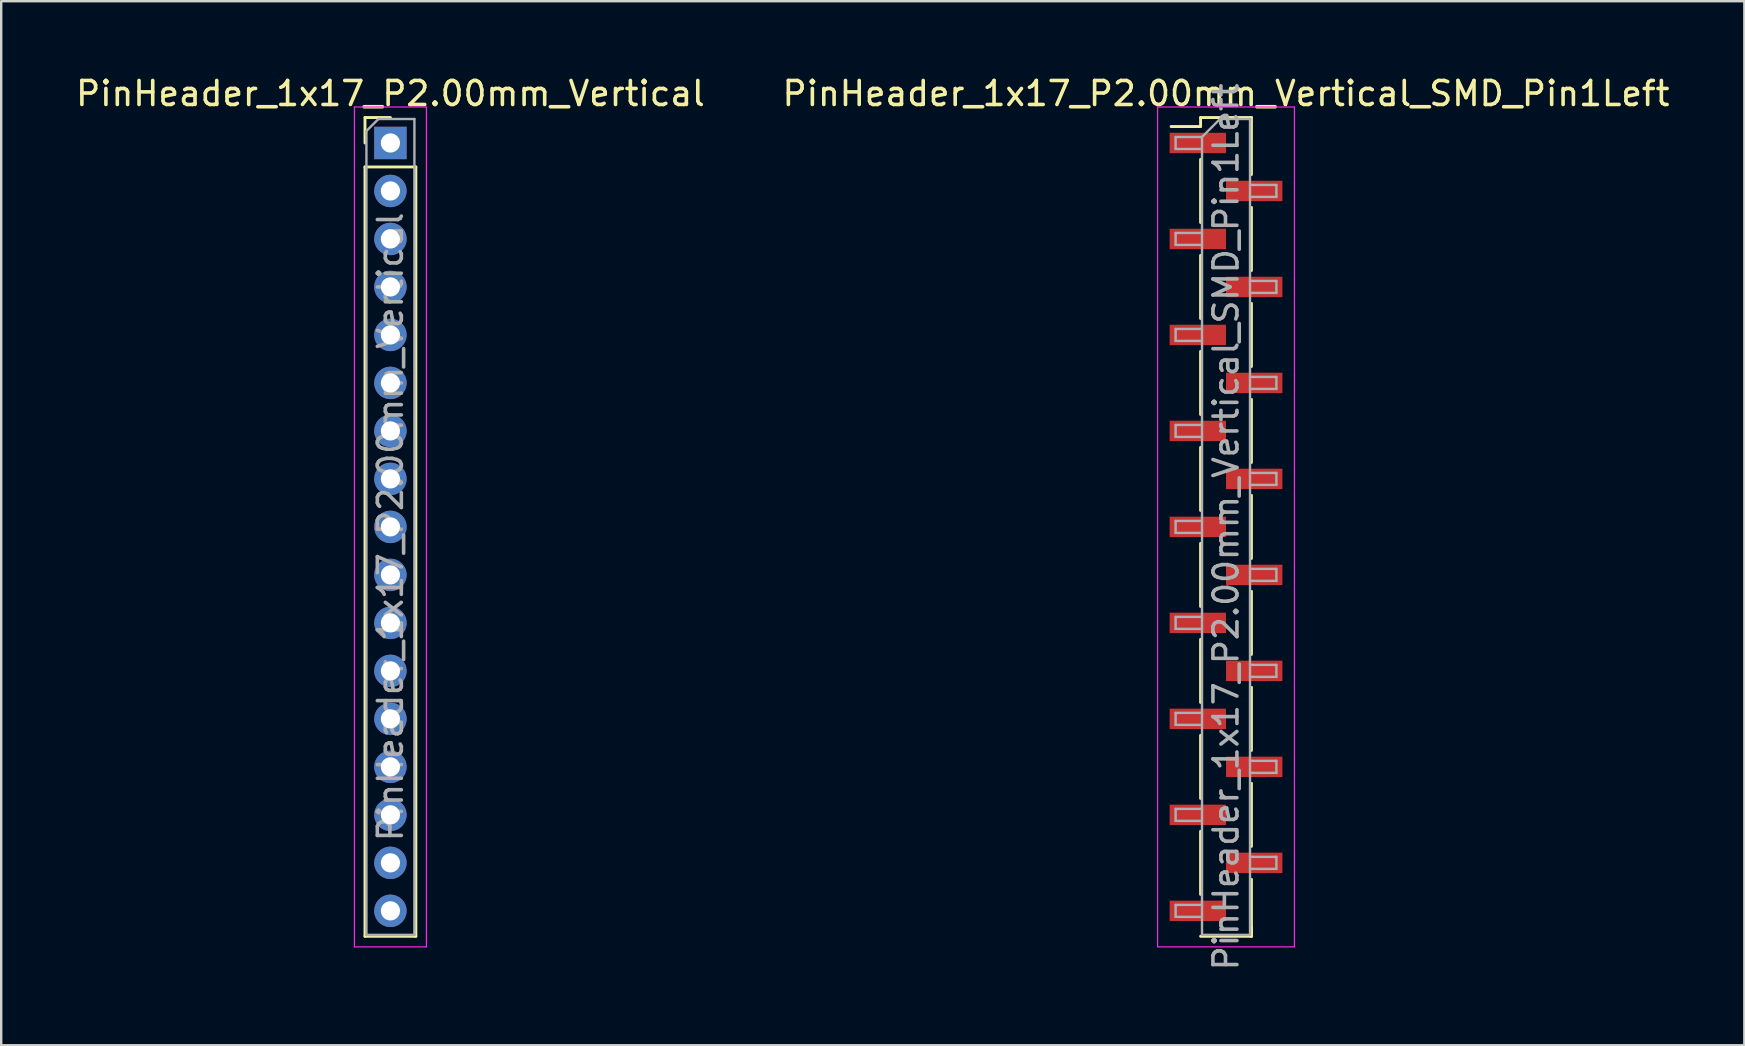
<source format=kicad_pcb>
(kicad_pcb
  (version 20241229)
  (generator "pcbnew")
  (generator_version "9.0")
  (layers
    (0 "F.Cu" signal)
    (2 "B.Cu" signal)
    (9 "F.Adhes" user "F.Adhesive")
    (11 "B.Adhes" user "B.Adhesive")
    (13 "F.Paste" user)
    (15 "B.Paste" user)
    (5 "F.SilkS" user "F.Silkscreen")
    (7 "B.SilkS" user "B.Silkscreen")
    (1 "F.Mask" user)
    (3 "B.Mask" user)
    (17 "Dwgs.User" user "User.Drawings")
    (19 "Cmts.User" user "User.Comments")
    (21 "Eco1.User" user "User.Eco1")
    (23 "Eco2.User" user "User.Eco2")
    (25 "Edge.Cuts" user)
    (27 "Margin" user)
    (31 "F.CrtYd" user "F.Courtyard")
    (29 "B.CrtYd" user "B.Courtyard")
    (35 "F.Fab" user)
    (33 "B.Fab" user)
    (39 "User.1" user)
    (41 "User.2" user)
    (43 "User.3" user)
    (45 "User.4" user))
  (footprint "PinHeader_1x17_P2.00mm_Vertical"
    (layer "F.Cu")
    (at 13.22 2.908)
    (property "Reference" "PinHeader_1x17_P2.00mm_Vertical" (at 0 -2.06 0) (layer "F.SilkS") (effects (font (size 1 1) (thickness 0.15))))
    (attr through_hole)
    (fp_line (start -1.06 -1.06) (end 0 -1.06) (stroke (width 0.12) (type solid)) (layer "F.SilkS"))
    (fp_line (start -1.06 0) (end -1.06 -1.06) (stroke (width 0.12) (type solid)) (layer "F.SilkS"))
    (fp_line (start -1.06 1) (end -1.06 33.06) (stroke (width 0.12) (type solid)) (layer "F.SilkS"))
    (fp_line (start -1.06 1) (end 1.06 1) (stroke (width 0.12) (type solid)) (layer "F.SilkS"))
    (fp_line (start -1.06 33.06) (end 1.06 33.06) (stroke (width 0.12) (type solid)) (layer "F.SilkS"))
    (fp_line (start 1.06 1) (end 1.06 33.06) (stroke (width 0.12) (type solid)) (layer "F.SilkS"))
    (fp_line (start -1.5 -1.5) (end -1.5 33.5) (stroke (width 0.05) (type solid)) (layer "F.CrtYd"))
    (fp_line (start -1.5 33.5) (end 1.5 33.5) (stroke (width 0.05) (type solid)) (layer "F.CrtYd"))
    (fp_line (start 1.5 -1.5) (end -1.5 -1.5) (stroke (width 0.05) (type solid)) (layer "F.CrtYd"))
    (fp_line (start 1.5 33.5) (end 1.5 -1.5) (stroke (width 0.05) (type solid)) (layer "F.CrtYd"))
    (fp_line (start -1 -0.5) (end -0.5 -1) (stroke (width 0.1) (type solid)) (layer "F.Fab"))
    (fp_line (start -1 33) (end -1 -0.5) (stroke (width 0.1) (type solid)) (layer "F.Fab"))
    (fp_line (start -0.5 -1) (end 1 -1) (stroke (width 0.1) (type solid)) (layer "F.Fab"))
    (fp_line (start 1 -1) (end 1 33) (stroke (width 0.1) (type solid)) (layer "F.Fab"))
    (fp_line (start 1 33) (end -1 33) (stroke (width 0.1) (type solid)) (layer "F.Fab"))
    (fp_text user "${REFERENCE}" (at 0 16 90) (layer "F.Fab") (effects (font (size 1 1) (thickness 0.15))))
    (pad "1" thru_hole rect (at 0 0) (size 1.35 1.35) (drill 0.8) (layers "*.Cu" "*.Mask"))
    (pad "2" thru_hole oval (at 0 2) (size 1.35 1.35) (drill 0.8) (layers "*.Cu" "*.Mask"))
    (pad "3" thru_hole oval (at 0 4) (size 1.35 1.35) (drill 0.8) (layers "*.Cu" "*.Mask"))
    (pad "4" thru_hole oval (at 0 6) (size 1.35 1.35) (drill 0.8) (layers "*.Cu" "*.Mask"))
    (pad "5" thru_hole oval (at 0 8) (size 1.35 1.35) (drill 0.8) (layers "*.Cu" "*.Mask"))
    (pad "6" thru_hole oval (at 0 10) (size 1.35 1.35) (drill 0.8) (layers "*.Cu" "*.Mask"))
    (pad "7" thru_hole oval (at 0 12) (size 1.35 1.35) (drill 0.8) (layers "*.Cu" "*.Mask"))
    (pad "8" thru_hole oval (at 0 14) (size 1.35 1.35) (drill 0.8) (layers "*.Cu" "*.Mask"))
    (pad "9" thru_hole oval (at 0 16) (size 1.35 1.35) (drill 0.8) (layers "*.Cu" "*.Mask"))
    (pad "10" thru_hole oval (at 0 18) (size 1.35 1.35) (drill 0.8) (layers "*.Cu" "*.Mask"))
    (pad "11" thru_hole oval (at 0 20) (size 1.35 1.35) (drill 0.8) (layers "*.Cu" "*.Mask"))
    (pad "12" thru_hole oval (at 0 22) (size 1.35 1.35) (drill 0.8) (layers "*.Cu" "*.Mask"))
    (pad "13" thru_hole oval (at 0 24) (size 1.35 1.35) (drill 0.8) (layers "*.Cu" "*.Mask"))
    (pad "14" thru_hole oval (at 0 26) (size 1.35 1.35) (drill 0.8) (layers "*.Cu" "*.Mask"))
    (pad "15" thru_hole oval (at 0 28) (size 1.35 1.35) (drill 0.8) (layers "*.Cu" "*.Mask"))
    (pad "16" thru_hole oval (at 0 30) (size 1.35 1.35) (drill 0.8) (layers "*.Cu" "*.Mask"))
    (pad "17" thru_hole oval (at 0 32) (size 1.35 1.35) (drill 0.8) (layers "*.Cu" "*.Mask")))
  (footprint "PinHeader_1x17_P2.00mm_Vertical_SMD_Pin1Left"
    (layer "F.Cu")
    (at 48.042 18.908)
    (property "Reference" "PinHeader_1x17_P2.00mm_Vertical_SMD_Pin1Left" (at 0 -18.06 0) (layer "F.SilkS") (effects (font (size 1 1) (thickness 0.15))))
    (attr smd)
    (fp_line (start -1.06 -17.06) (end -1.06 -16.685) (stroke (width 0.12) (type solid)) (layer "F.SilkS"))
    (fp_line (start -1.06 -17.06) (end 1.06 -17.06) (stroke (width 0.12) (type solid)) (layer "F.SilkS"))
    (fp_line (start -1.06 -16.685) (end -2.29 -16.685) (stroke (width 0.12) (type solid)) (layer "F.SilkS"))
    (fp_line (start -1.06 -15.315) (end -1.06 -12.685) (stroke (width 0.12) (type solid)) (layer "F.SilkS"))
    (fp_line (start -1.06 -11.315) (end -1.06 -8.685) (stroke (width 0.12) (type solid)) (layer "F.SilkS"))
    (fp_line (start -1.06 -7.315) (end -1.06 -4.685) (stroke (width 0.12) (type solid)) (layer "F.SilkS"))
    (fp_line (start -1.06 -3.315) (end -1.06 -0.685) (stroke (width 0.12) (type solid)) (layer "F.SilkS"))
    (fp_line (start -1.06 0.685) (end -1.06 3.315) (stroke (width 0.12) (type solid)) (layer "F.SilkS"))
    (fp_line (start -1.06 4.685) (end -1.06 7.315) (stroke (width 0.12) (type solid)) (layer "F.SilkS"))
    (fp_line (start -1.06 8.685) (end -1.06 11.315) (stroke (width 0.12) (type solid)) (layer "F.SilkS"))
    (fp_line (start -1.06 12.685) (end -1.06 15.315) (stroke (width 0.12) (type solid)) (layer "F.SilkS"))
    (fp_line (start -1.06 17.06) (end 1.06 17.06) (stroke (width 0.12) (type solid)) (layer "F.SilkS"))
    (fp_line (start 1.06 -17.06) (end 1.06 -14.685) (stroke (width 0.12) (type solid)) (layer "F.SilkS"))
    (fp_line (start 1.06 -13.315) (end 1.06 -10.685) (stroke (width 0.12) (type solid)) (layer "F.SilkS"))
    (fp_line (start 1.06 -9.315) (end 1.06 -6.685) (stroke (width 0.12) (type solid)) (layer "F.SilkS"))
    (fp_line (start 1.06 -5.315) (end 1.06 -2.685) (stroke (width 0.12) (type solid)) (layer "F.SilkS"))
    (fp_line (start 1.06 -1.315) (end 1.06 1.315) (stroke (width 0.12) (type solid)) (layer "F.SilkS"))
    (fp_line (start 1.06 2.685) (end 1.06 5.315) (stroke (width 0.12) (type solid)) (layer "F.SilkS"))
    (fp_line (start 1.06 6.685) (end 1.06 9.315) (stroke (width 0.12) (type solid)) (layer "F.SilkS"))
    (fp_line (start 1.06 10.685) (end 1.06 13.315) (stroke (width 0.12) (type solid)) (layer "F.SilkS"))
    (fp_line (start 1.06 14.685) (end 1.06 17.06) (stroke (width 0.12) (type solid)) (layer "F.SilkS"))
    (fp_line (start 1.06 16.685) (end 1.06 17.06) (stroke (width 0.12) (type solid)) (layer "F.SilkS"))
    (fp_line (start -2.85 -17.5) (end -2.85 17.5) (stroke (width 0.05) (type solid)) (layer "F.CrtYd"))
    (fp_line (start -2.85 17.5) (end 2.85 17.5) (stroke (width 0.05) (type solid)) (layer "F.CrtYd"))
    (fp_line (start 2.85 -17.5) (end -2.85 -17.5) (stroke (width 0.05) (type solid)) (layer "F.CrtYd"))
    (fp_line (start 2.85 17.5) (end 2.85 -17.5) (stroke (width 0.05) (type solid)) (layer "F.CrtYd"))
    (fp_line (start -2.1 -16.25) (end -2.1 -15.75) (stroke (width 0.1) (type solid)) (layer "F.Fab"))
    (fp_line (start -2.1 -15.75) (end -1 -15.75) (stroke (width 0.1) (type solid)) (layer "F.Fab"))
    (fp_line (start -2.1 -12.25) (end -2.1 -11.75) (stroke (width 0.1) (type solid)) (layer "F.Fab"))
    (fp_line (start -2.1 -11.75) (end -1 -11.75) (stroke (width 0.1) (type solid)) (layer "F.Fab"))
    (fp_line (start -2.1 -8.25) (end -2.1 -7.75) (stroke (width 0.1) (type solid)) (layer "F.Fab"))
    (fp_line (start -2.1 -7.75) (end -1 -7.75) (stroke (width 0.1) (type solid)) (layer "F.Fab"))
    (fp_line (start -2.1 -4.25) (end -2.1 -3.75) (stroke (width 0.1) (type solid)) (layer "F.Fab"))
    (fp_line (start -2.1 -3.75) (end -1 -3.75) (stroke (width 0.1) (type solid)) (layer "F.Fab"))
    (fp_line (start -2.1 -0.25) (end -2.1 0.25) (stroke (width 0.1) (type solid)) (layer "F.Fab"))
    (fp_line (start -2.1 0.25) (end -1 0.25) (stroke (width 0.1) (type solid)) (layer "F.Fab"))
    (fp_line (start -2.1 3.75) (end -2.1 4.25) (stroke (width 0.1) (type solid)) (layer "F.Fab"))
    (fp_line (start -2.1 4.25) (end -1 4.25) (stroke (width 0.1) (type solid)) (layer "F.Fab"))
    (fp_line (start -2.1 7.75) (end -2.1 8.25) (stroke (width 0.1) (type solid)) (layer "F.Fab"))
    (fp_line (start -2.1 8.25) (end -1 8.25) (stroke (width 0.1) (type solid)) (layer "F.Fab"))
    (fp_line (start -2.1 11.75) (end -2.1 12.25) (stroke (width 0.1) (type solid)) (layer "F.Fab"))
    (fp_line (start -2.1 12.25) (end -1 12.25) (stroke (width 0.1) (type solid)) (layer "F.Fab"))
    (fp_line (start -2.1 15.75) (end -2.1 16.25) (stroke (width 0.1) (type solid)) (layer "F.Fab"))
    (fp_line (start -2.1 16.25) (end -1 16.25) (stroke (width 0.1) (type solid)) (layer "F.Fab"))
    (fp_line (start -1 -16.25) (end -2.1 -16.25) (stroke (width 0.1) (type solid)) (layer "F.Fab"))
    (fp_line (start -1 -16.25) (end -0.25 -17) (stroke (width 0.1) (type solid)) (layer "F.Fab"))
    (fp_line (start -1 -12.25) (end -2.1 -12.25) (stroke (width 0.1) (type solid)) (layer "F.Fab"))
    (fp_line (start -1 -8.25) (end -2.1 -8.25) (stroke (width 0.1) (type solid)) (layer "F.Fab"))
    (fp_line (start -1 -4.25) (end -2.1 -4.25) (stroke (width 0.1) (type solid)) (layer "F.Fab"))
    (fp_line (start -1 -0.25) (end -2.1 -0.25) (stroke (width 0.1) (type solid)) (layer "F.Fab"))
    (fp_line (start -1 3.75) (end -2.1 3.75) (stroke (width 0.1) (type solid)) (layer "F.Fab"))
    (fp_line (start -1 7.75) (end -2.1 7.75) (stroke (width 0.1) (type solid)) (layer "F.Fab"))
    (fp_line (start -1 11.75) (end -2.1 11.75) (stroke (width 0.1) (type solid)) (layer "F.Fab"))
    (fp_line (start -1 15.75) (end -2.1 15.75) (stroke (width 0.1) (type solid)) (layer "F.Fab"))
    (fp_line (start -1 17) (end -1 -16.25) (stroke (width 0.1) (type solid)) (layer "F.Fab"))
    (fp_line (start -0.25 -17) (end 1 -17) (stroke (width 0.1) (type solid)) (layer "F.Fab"))
    (fp_line (start 1 -17) (end 1 17) (stroke (width 0.1) (type solid)) (layer "F.Fab"))
    (fp_line (start 1 -14.25) (end 2.1 -14.25) (stroke (width 0.1) (type solid)) (layer "F.Fab"))
    (fp_line (start 1 -10.25) (end 2.1 -10.25) (stroke (width 0.1) (type solid)) (layer "F.Fab"))
    (fp_line (start 1 -6.25) (end 2.1 -6.25) (stroke (width 0.1) (type solid)) (layer "F.Fab"))
    (fp_line (start 1 -2.25) (end 2.1 -2.25) (stroke (width 0.1) (type solid)) (layer "F.Fab"))
    (fp_line (start 1 1.75) (end 2.1 1.75) (stroke (width 0.1) (type solid)) (layer "F.Fab"))
    (fp_line (start 1 5.75) (end 2.1 5.75) (stroke (width 0.1) (type solid)) (layer "F.Fab"))
    (fp_line (start 1 9.75) (end 2.1 9.75) (stroke (width 0.1) (type solid)) (layer "F.Fab"))
    (fp_line (start 1 13.75) (end 2.1 13.75) (stroke (width 0.1) (type solid)) (layer "F.Fab"))
    (fp_line (start 1 17) (end -1 17) (stroke (width 0.1) (type solid)) (layer "F.Fab"))
    (fp_line (start 2.1 -14.25) (end 2.1 -13.75) (stroke (width 0.1) (type solid)) (layer "F.Fab"))
    (fp_line (start 2.1 -13.75) (end 1 -13.75) (stroke (width 0.1) (type solid)) (layer "F.Fab"))
    (fp_line (start 2.1 -10.25) (end 2.1 -9.75) (stroke (width 0.1) (type solid)) (layer "F.Fab"))
    (fp_line (start 2.1 -9.75) (end 1 -9.75) (stroke (width 0.1) (type solid)) (layer "F.Fab"))
    (fp_line (start 2.1 -6.25) (end 2.1 -5.75) (stroke (width 0.1) (type solid)) (layer "F.Fab"))
    (fp_line (start 2.1 -5.75) (end 1 -5.75) (stroke (width 0.1) (type solid)) (layer "F.Fab"))
    (fp_line (start 2.1 -2.25) (end 2.1 -1.75) (stroke (width 0.1) (type solid)) (layer "F.Fab"))
    (fp_line (start 2.1 -1.75) (end 1 -1.75) (stroke (width 0.1) (type solid)) (layer "F.Fab"))
    (fp_line (start 2.1 1.75) (end 2.1 2.25) (stroke (width 0.1) (type solid)) (layer "F.Fab"))
    (fp_line (start 2.1 2.25) (end 1 2.25) (stroke (width 0.1) (type solid)) (layer "F.Fab"))
    (fp_line (start 2.1 5.75) (end 2.1 6.25) (stroke (width 0.1) (type solid)) (layer "F.Fab"))
    (fp_line (start 2.1 6.25) (end 1 6.25) (stroke (width 0.1) (type solid)) (layer "F.Fab"))
    (fp_line (start 2.1 9.75) (end 2.1 10.25) (stroke (width 0.1) (type solid)) (layer "F.Fab"))
    (fp_line (start 2.1 10.25) (end 1 10.25) (stroke (width 0.1) (type solid)) (layer "F.Fab"))
    (fp_line (start 2.1 13.75) (end 2.1 14.25) (stroke (width 0.1) (type solid)) (layer "F.Fab"))
    (fp_line (start 2.1 14.25) (end 1 14.25) (stroke (width 0.1) (type solid)) (layer "F.Fab"))
    (fp_text user "${REFERENCE}" (at 0 0 90) (layer "F.Fab") (effects (font (size 1 1) (thickness 0.15))))
    (pad "1" smd rect (at -1.175 -16) (size 2.35 0.85) (layers "F.Cu" "F.Mask" "F.Paste"))
    (pad "2" smd rect (at 1.175 -14) (size 2.35 0.85) (layers "F.Cu" "F.Mask" "F.Paste"))
    (pad "3" smd rect (at -1.175 -12) (size 2.35 0.85) (layers "F.Cu" "F.Mask" "F.Paste"))
    (pad "4" smd rect (at 1.175 -10) (size 2.35 0.85) (layers "F.Cu" "F.Mask" "F.Paste"))
    (pad "5" smd rect (at -1.175 -8) (size 2.35 0.85) (layers "F.Cu" "F.Mask" "F.Paste"))
    (pad "6" smd rect (at 1.175 -6) (size 2.35 0.85) (layers "F.Cu" "F.Mask" "F.Paste"))
    (pad "7" smd rect (at -1.175 -4) (size 2.35 0.85) (layers "F.Cu" "F.Mask" "F.Paste"))
    (pad "8" smd rect (at 1.175 -2) (size 2.35 0.85) (layers "F.Cu" "F.Mask" "F.Paste"))
    (pad "9" smd rect (at -1.175 0) (size 2.35 0.85) (layers "F.Cu" "F.Mask" "F.Paste"))
    (pad "10" smd rect (at 1.175 2) (size 2.35 0.85) (layers "F.Cu" "F.Mask" "F.Paste"))
    (pad "11" smd rect (at -1.175 4) (size 2.35 0.85) (layers "F.Cu" "F.Mask" "F.Paste"))
    (pad "12" smd rect (at 1.175 6) (size 2.35 0.85) (layers "F.Cu" "F.Mask" "F.Paste"))
    (pad "13" smd rect (at -1.175 8) (size 2.35 0.85) (layers "F.Cu" "F.Mask" "F.Paste"))
    (pad "14" smd rect (at 1.175 10) (size 2.35 0.85) (layers "F.Cu" "F.Mask" "F.Paste"))
    (pad "15" smd rect (at -1.175 12) (size 2.35 0.85) (layers "F.Cu" "F.Mask" "F.Paste"))
    (pad "16" smd rect (at 1.175 14) (size 2.35 0.85) (layers "F.Cu" "F.Mask" "F.Paste"))
    (pad "17" smd rect (at -1.175 16) (size 2.35 0.85) (layers "F.Cu" "F.Mask" "F.Paste")))
  (gr_rect
    (start -3 -3)
    (end 69.643 40.509)
    (stroke (width 0.1) (type default))
    (fill no)
    (layer "Edge.Cuts")))
</source>
